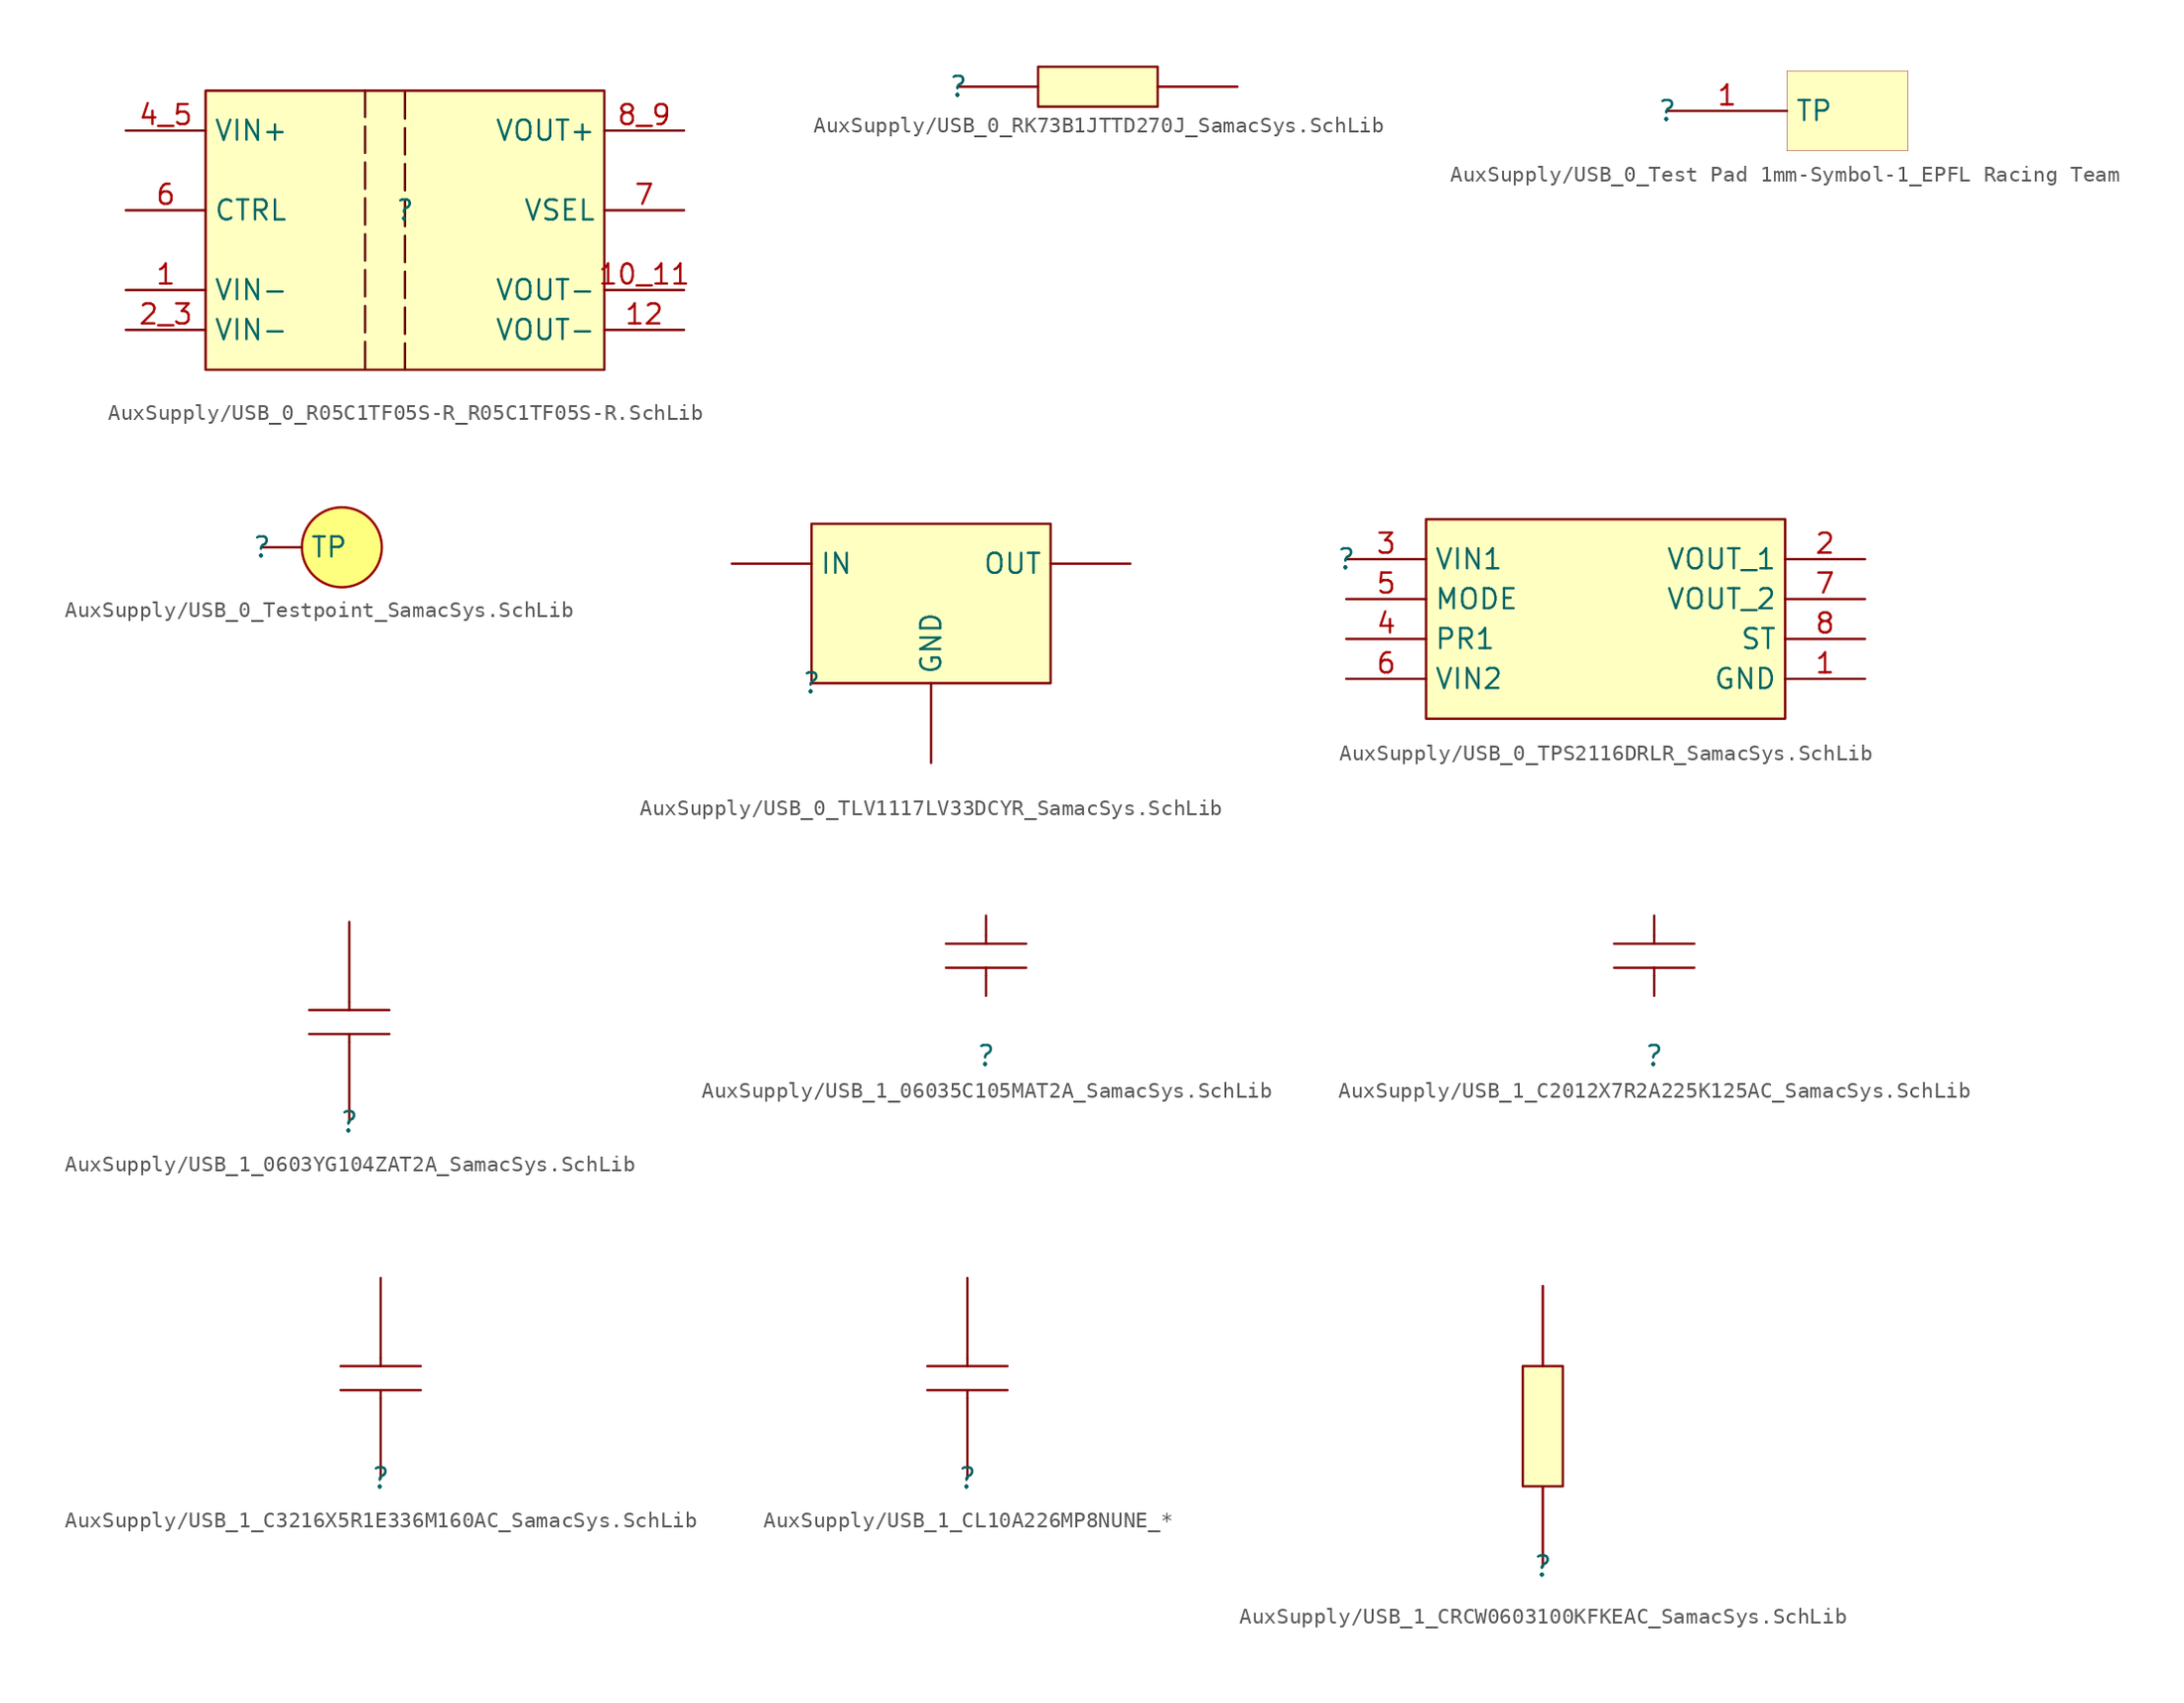
<source format=kicad_sym>
(kicad_symbol_lib
  (version 20241209)
  (generator "kicad_symbol_editor")
  (generator_version "9.0")
  (symbol "AuxSupply/USB_0_R05C1TF05S-R_R05C1TF05S-R.SchLib"
    (property "Reference" ""
      (at 0 0 0)
      (effects (font (size 1.27 1.27))))
    (property "Value" ""
      (at 0 0 0)
      (effects (font (size 1.27 1.27))))
    (symbol "AuxSupply/USB_0_R05C1TF05S-R_R05C1TF05S-R.SchLib_1_0"
      (polyline (pts (xy -2.54 7.62) (xy -2.54 -10.16)) (stroke (width 0) (type dash) (color 102 0 0 1)) (fill (type none)))
      (polyline (pts (xy 0 -10.16) (xy 0 7.62)) (stroke (width 0) (type dash) (color 102 0 0 1)) (fill (type none)))
      (rectangle (start 12.7 7.62) (end -12.7 -10.16) (stroke (width 0) (type solid) (color 128 0 0 1)) (fill (type background)))
      (pin input line (at -17.78 5.08 0) (length 5.08) (name "VIN+" (effects (font (size 1.27 1.27)))) (number "4_5" (effects (font (size 1.27 1.27)))))
      (pin input line (at -17.78 0 0) (length 5.08) (name "CTRL" (effects (font (size 1.27 1.27)))) (number "6" (effects (font (size 1.27 1.27)))))
      (pin input line (at -17.78 -5.08 0) (length 5.08) (name "VIN-" (effects (font (size 1.27 1.27)))) (number "1" (effects (font (size 1.27 1.27)))))
      (pin input line (at -17.78 -7.62 0) (length 5.08) (name "VIN-" (effects (font (size 1.27 1.27)))) (number "2_3" (effects (font (size 1.27 1.27)))))
      (pin output line (at 17.78 5.08 180) (length 5.08) (name "VOUT+" (effects (font (size 1.27 1.27)))) (number "8_9" (effects (font (size 1.27 1.27)))))
      (pin passive line (at 17.78 0 180) (length 5.08) (name "VSEL" (effects (font (size 1.27 1.27)))) (number "7" (effects (font (size 1.27 1.27)))))
      (pin output line (at 17.78 -5.08 180) (length 5.08) (name "VOUT-" (effects (font (size 1.27 1.27)))) (number "10_11" (effects (font (size 1.27 1.27)))))
      (pin output line (at 17.78 -7.62 180) (length 5.08) (name "VOUT-" (effects (font (size 1.27 1.27)))) (number "12" (effects (font (size 1.27 1.27)))))))
  (symbol "AuxSupply/USB_0_RK73B1JTTD270J_SamacSys.SchLib"
    (pin_numbers
      (hide yes))
    (pin_names
      (hide yes))
    (property "Reference" ""
      (at 0 0 0)
      (effects (font (size 1.27 1.27))))
    (property "Value" ""
      (at 0 0 0)
      (effects (font (size 1.27 1.27))))
    (symbol "AuxSupply/USB_0_RK73B1JTTD270J_SamacSys.SchLib_1_0"
      (rectangle (start 12.7 1.27) (end 5.08 -1.27) (stroke (width 0) (type solid) (color 128 0 0 1)) (fill (type background)))
      (pin passive line (at 0 0 0) (length 5.08) (name "1" (effects (font (size 1.27 1.27)))) (number "1" (effects (font (size 1.27 1.27)))))
      (pin passive line (at 17.78 0 180) (length 5.08) (name "2" (effects (font (size 1.27 1.27)))) (number "2" (effects (font (size 1.27 1.27)))))))
  (symbol "AuxSupply/USB_0_Test Pad 1mm-Symbol-1_EPFL Racing Team"
    (property "Reference" ""
      (at 0 0 0)
      (effects (font (size 1.27 1.27))))
    (property "Value" ""
      (at 0 0 0)
      (effects (font (size 1.27 1.27))))
    (symbol "AuxSupply/USB_0_Test Pad 1mm-Symbol-1_EPFL Racing Team_1_0"
      (rectangle (start 15.316 2.54) (end 7.62 -2.54) (stroke (width 0.025) (type solid) (color 128 0 0 1)) (fill (type background)))
      (pin passive line (at 0 0 0) (length 7.62) (name "TP" (effects (font (size 1.27 1.27)))) (number "1" (effects (font (size 1.27 1.27)))))))
  (symbol "AuxSupply/USB_0_Testpoint_SamacSys.SchLib"
    (pin_numbers
      (hide yes))
    (property "Reference" ""
      (at 0 0 0)
      (effects (font (size 1.27 1.27))))
    (property "Value" ""
      (at 0 0 0)
      (effects (font (size 1.27 1.27))))
    (symbol "AuxSupply/USB_0_Testpoint_SamacSys.SchLib_1_0"
      (circle (center 5.08 0) (radius 2.54) (stroke (width 0) (type solid) (color 152 0 0 1)) (fill (type color) (color 255 255 0 0.5)))
      (pin passive line (at 0 0 0) (length 2.54) (name "TP" (effects (font (size 1.27 1.27)))) (number "1" (effects (font (size 1.27 1.27)))))))
  (symbol "AuxSupply/USB_0_TLV1117LV33DCYR_SamacSys.SchLib"
    (pin_numbers
      (hide yes))
    (property "Reference" ""
      (at 0 0 0)
      (effects (font (size 1.27 1.27))))
    (property "Value" ""
      (at 0 0 0)
      (effects (font (size 1.27 1.27))))
    (symbol "AuxSupply/USB_0_TLV1117LV33DCYR_SamacSys.SchLib_1_0"
      (rectangle (start 15.24 10.16) (end 0 0) (stroke (width 0) (type solid) (color 128 0 0 1)) (fill (type background)))
      (pin passive line (at -5.08 7.62 0) (length 5.08) (name "IN" (effects (font (size 1.27 1.27)))) (number "3" (effects (font (size 1.27 1.27)))))
      (pin passive line (at 7.62 -5.08 90) (length 5.08) (name "GND" (effects (font (size 1.27 1.27)))) (number "1" (effects (font (size 1.27 1.27)))))
      (pin passive line (at 20.32 7.62 180) (length 5.08) (name "OUT" (effects (font (size 1.27 1.27)))) (number "2" (effects (font (size 1.27 1.27)))))))
  (symbol "AuxSupply/USB_0_TPS2116DRLR_SamacSys.SchLib"
    (property "Reference" ""
      (at 0 0 0)
      (effects (font (size 1.27 1.27))))
    (property "Value" ""
      (at 0 0 0)
      (effects (font (size 1.27 1.27))))
    (symbol "AuxSupply/USB_0_TPS2116DRLR_SamacSys.SchLib_1_0"
      (rectangle (start 27.94 2.54) (end 5.08 -10.16) (stroke (width 0) (type solid) (color 128 0 0 1)) (fill (type background)))
      (pin passive line (at 0 0 0) (length 5.08) (name "VIN1" (effects (font (size 1.27 1.27)))) (number "3" (effects (font (size 1.27 1.27)))))
      (pin passive line (at 0 -2.54 0) (length 5.08) (name "MODE" (effects (font (size 1.27 1.27)))) (number "5" (effects (font (size 1.27 1.27)))))
      (pin passive line (at 0 -5.08 0) (length 5.08) (name "PR1" (effects (font (size 1.27 1.27)))) (number "4" (effects (font (size 1.27 1.27)))))
      (pin passive line (at 0 -7.62 0) (length 5.08) (name "VIN2" (effects (font (size 1.27 1.27)))) (number "6" (effects (font (size 1.27 1.27)))))
      (pin passive line (at 33.02 0 180) (length 5.08) (name "VOUT_1" (effects (font (size 1.27 1.27)))) (number "2" (effects (font (size 1.27 1.27)))))
      (pin passive line (at 33.02 -2.54 180) (length 5.08) (name "VOUT_2" (effects (font (size 1.27 1.27)))) (number "7" (effects (font (size 1.27 1.27)))))
      (pin passive line (at 33.02 -5.08 180) (length 5.08) (name "ST" (effects (font (size 1.27 1.27)))) (number "8" (effects (font (size 1.27 1.27)))))
      (pin passive line (at 33.02 -7.62 180) (length 5.08) (name "GND" (effects (font (size 1.27 1.27)))) (number "1" (effects (font (size 1.27 1.27)))))))
  (symbol "AuxSupply/USB_1_0603YG104ZAT2A_SamacSys.SchLib"
    (pin_numbers
      (hide yes))
    (pin_names
      (hide yes))
    (property "Reference" ""
      (at 0 0 0)
      (effects (font (size 1.27 1.27))))
    (property "Value" ""
      (at 0 0 0)
      (effects (font (size 1.27 1.27))))
    (symbol "AuxSupply/USB_1_0603YG104ZAT2A_SamacSys.SchLib_1_0"
      (polyline (pts (xy -2.54 7.112) (xy 2.54 7.112)) (stroke (width 0) (type solid)) (fill (type none)))
      (polyline (pts (xy -2.54 5.588) (xy 2.54 5.588)) (stroke (width 0) (type solid)) (fill (type none)))
      (polyline (pts (xy 0 7.112) (xy 0 7.62)) (stroke (width 0) (type solid)) (fill (type none)))
      (polyline (pts (xy 0 5.08) (xy 0 5.588)) (stroke (width 0) (type solid)) (fill (type none)))
      (pin passive line (at 0 12.7 270) (length 5.08) (name "2" (effects (font (size 1.27 1.27)))) (number "2" (effects (font (size 1.27 1.27)))))
      (pin passive line (at 0 0 90) (length 5.08) (name "1" (effects (font (size 1.27 1.27)))) (number "1" (effects (font (size 1.27 1.27)))))))
  (symbol "AuxSupply/USB_1_06035C105MAT2A_SamacSys.SchLib"
    (pin_numbers
      (hide yes))
    (pin_names
      (hide yes))
    (property "Reference" ""
      (at 0 0 0)
      (effects (font (size 1.27 1.27))))
    (property "Value" ""
      (at 0 0 0)
      (effects (font (size 1.27 1.27))))
    (symbol "AuxSupply/USB_1_06035C105MAT2A_SamacSys.SchLib_1_0"
      (polyline (pts (xy -2.54 7.112) (xy 2.54 7.112)) (stroke (width 0) (type solid)) (fill (type none)))
      (polyline (pts (xy -2.54 5.588) (xy 2.54 5.588)) (stroke (width 0) (type solid)) (fill (type none)))
      (polyline (pts (xy 0 7.112) (xy 0 7.62)) (stroke (width 0) (type solid)) (fill (type none)))
      (polyline (pts (xy 0 5.08) (xy 0 5.588)) (stroke (width 0) (type solid)) (fill (type none)))
      (pin passive line (at 0 8.89 270) (length 1.27) (name "2" (effects (font (size 1.27 1.27)))) (number "2" (effects (font (size 1.27 1.27)))))
      (pin passive line (at 0 3.81 90) (length 1.27) (name "1" (effects (font (size 1.27 1.27)))) (number "1" (effects (font (size 1.27 1.27)))))))
  (symbol "AuxSupply/USB_1_C2012X7R2A225K125AC_SamacSys.SchLib"
    (pin_numbers
      (hide yes))
    (pin_names
      (hide yes))
    (property "Reference" ""
      (at 0 0 0)
      (effects (font (size 1.27 1.27))))
    (property "Value" ""
      (at 0 0 0)
      (effects (font (size 1.27 1.27))))
    (symbol "AuxSupply/USB_1_C2012X7R2A225K125AC_SamacSys.SchLib_1_0"
      (polyline (pts (xy -2.54 7.112) (xy 2.54 7.112)) (stroke (width 0) (type solid)) (fill (type none)))
      (polyline (pts (xy -2.54 5.588) (xy 2.54 5.588)) (stroke (width 0) (type solid)) (fill (type none)))
      (polyline (pts (xy 0 7.112) (xy 0 7.62)) (stroke (width 0) (type solid)) (fill (type none)))
      (polyline (pts (xy 0 5.08) (xy 0 5.588)) (stroke (width 0) (type solid)) (fill (type none)))
      (pin passive line (at 0 8.89 270) (length 1.27) (name "2" (effects (font (size 1.27 1.27)))) (number "2" (effects (font (size 1.27 1.27)))))
      (pin passive line (at 0 3.81 90) (length 1.27) (name "1" (effects (font (size 1.27 1.27)))) (number "1" (effects (font (size 1.27 1.27)))))))
  (symbol "AuxSupply/USB_1_C3216X5R1E336M160AC_SamacSys.SchLib"
    (pin_numbers
      (hide yes))
    (pin_names
      (hide yes))
    (property "Reference" ""
      (at 0 0 0)
      (effects (font (size 1.27 1.27))))
    (property "Value" ""
      (at 0 0 0)
      (effects (font (size 1.27 1.27))))
    (symbol "AuxSupply/USB_1_C3216X5R1E336M160AC_SamacSys.SchLib_1_0"
      (polyline (pts (xy -2.54 7.112) (xy 2.54 7.112)) (stroke (width 0) (type solid)) (fill (type none)))
      (polyline (pts (xy -2.54 5.588) (xy 2.54 5.588)) (stroke (width 0) (type solid)) (fill (type none)))
      (polyline (pts (xy 0 7.112) (xy 0 7.62)) (stroke (width 0) (type solid)) (fill (type none)))
      (polyline (pts (xy 0 5.08) (xy 0 5.588)) (stroke (width 0) (type solid)) (fill (type none)))
      (pin passive line (at 0 12.7 270) (length 5.08) (name "2" (effects (font (size 1.27 1.27)))) (number "2" (effects (font (size 1.27 1.27)))))
      (pin passive line (at 0 0 90) (length 5.08) (name "1" (effects (font (size 1.27 1.27)))) (number "1" (effects (font (size 1.27 1.27)))))))
  (symbol "AuxSupply/USB_1_CL10A226MP8NUNE_*"
    (pin_numbers
      (hide yes))
    (pin_names
      (hide yes))
    (property "Reference" ""
      (at 0 0 0)
      (effects (font (size 1.27 1.27))))
    (property "Value" ""
      (at 0 0 0)
      (effects (font (size 1.27 1.27))))
    (symbol "AuxSupply/USB_1_CL10A226MP8NUNE_*_1_0"
      (polyline (pts (xy -2.54 7.112) (xy 2.54 7.112)) (stroke (width 0) (type solid)) (fill (type none)))
      (polyline (pts (xy -2.54 5.588) (xy 2.54 5.588)) (stroke (width 0) (type solid)) (fill (type none)))
      (polyline (pts (xy 0 7.112) (xy 0 7.62)) (stroke (width 0) (type solid)) (fill (type none)))
      (polyline (pts (xy 0 5.08) (xy 0 5.588)) (stroke (width 0) (type solid)) (fill (type none)))
      (pin passive line (at 0 12.7 270) (length 5.08) (name "2" (effects (font (size 1.27 1.27)))) (number "2" (effects (font (size 1.27 1.27)))))
      (pin passive line (at 0 0 90) (length 5.08) (name "1" (effects (font (size 1.27 1.27)))) (number "1" (effects (font (size 1.27 1.27)))))))
  (symbol "AuxSupply/USB_1_CRCW0603100KFKEAC_SamacSys.SchLib"
    (pin_numbers
      (hide yes))
    (pin_names
      (hide yes))
    (property "Reference" ""
      (at 0 0 0)
      (effects (font (size 1.27 1.27))))
    (property "Value" ""
      (at 0 0 0)
      (effects (font (size 1.27 1.27))))
    (symbol "AuxSupply/USB_1_CRCW0603100KFKEAC_SamacSys.SchLib_1_0"
      (rectangle (start 1.27 12.7) (end -1.27 5.08) (stroke (width 0) (type solid) (color 128 0 0 1)) (fill (type background)))
      (pin passive line (at 0 17.78 270) (length 5.08) (name "2" (effects (font (size 1.27 1.27)))) (number "2" (effects (font (size 1.27 1.27)))))
      (pin passive line (at 0 0 90) (length 5.08) (name "1" (effects (font (size 1.27 1.27)))) (number "1" (effects (font (size 1.27 1.27))))))))
</source>
